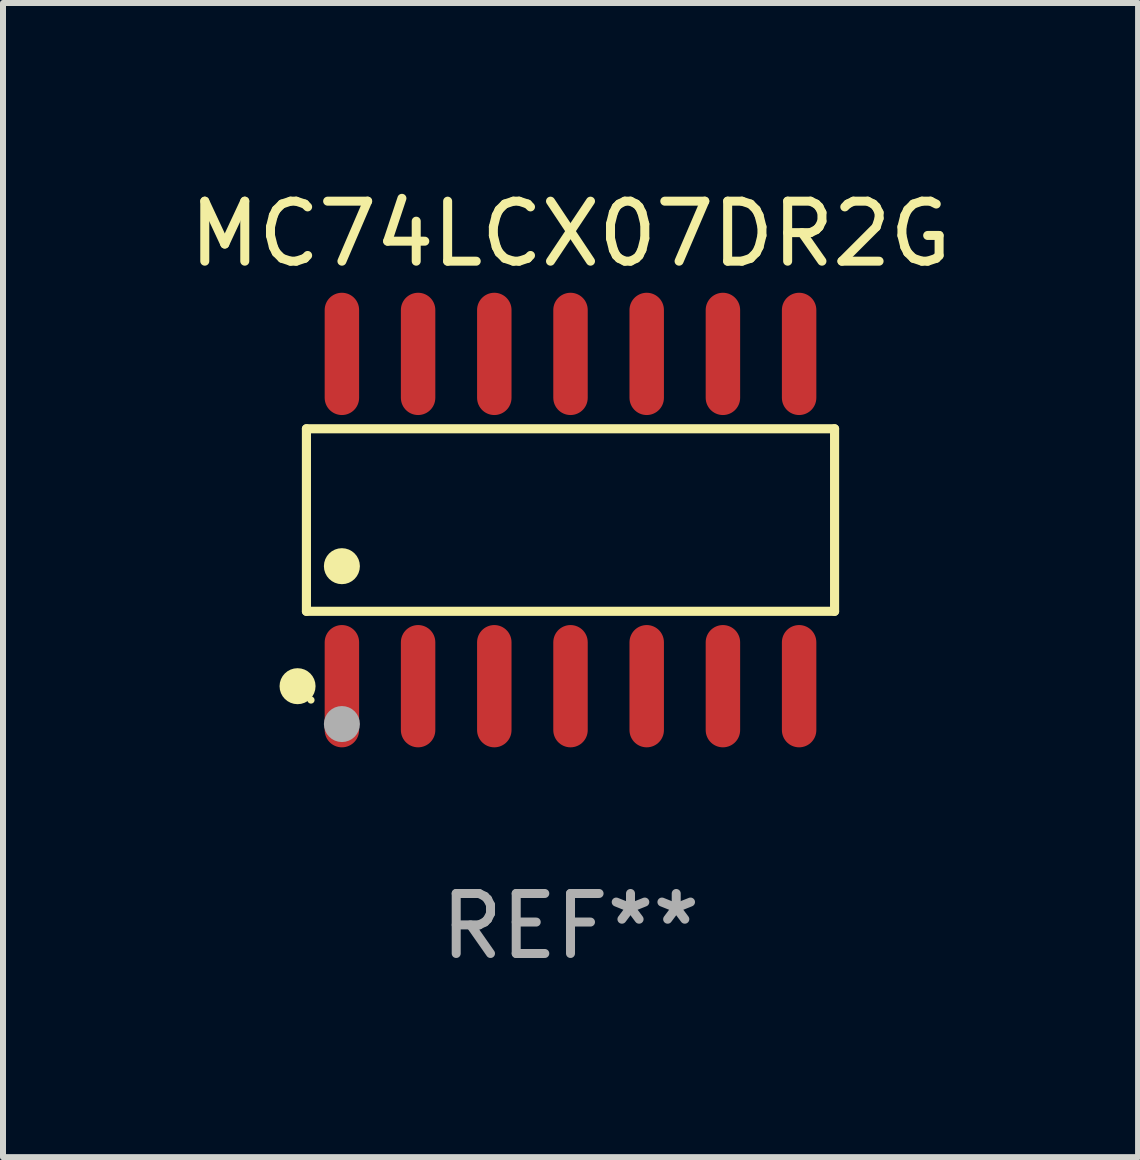
<source format=kicad_pcb>
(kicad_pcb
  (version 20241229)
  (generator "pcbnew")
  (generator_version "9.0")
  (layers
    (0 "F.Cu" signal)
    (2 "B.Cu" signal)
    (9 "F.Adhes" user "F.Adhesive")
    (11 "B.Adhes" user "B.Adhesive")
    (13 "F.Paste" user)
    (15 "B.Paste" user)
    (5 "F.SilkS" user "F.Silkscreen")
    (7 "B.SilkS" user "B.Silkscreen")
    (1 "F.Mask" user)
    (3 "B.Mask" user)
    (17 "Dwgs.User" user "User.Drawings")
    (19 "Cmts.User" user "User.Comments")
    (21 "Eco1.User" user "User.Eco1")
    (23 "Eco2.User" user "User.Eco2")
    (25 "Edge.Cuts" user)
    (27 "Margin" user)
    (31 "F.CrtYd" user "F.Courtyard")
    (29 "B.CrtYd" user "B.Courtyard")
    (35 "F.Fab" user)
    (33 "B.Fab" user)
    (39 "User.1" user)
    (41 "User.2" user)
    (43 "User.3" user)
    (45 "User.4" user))
  (footprint "MC74LCX07DR2G"
    (layer "F.Cu")
    (at 6.458 5.617)
    (property "Reference" "MC74LCX07DR2G" (at 0 -4.769 0) (layer "F.SilkS") (effects (font (size 1 1) (thickness 0.15))))
    (attr through_hole)
    (fp_line (start -4.401 -1.521) (end 4.401 -1.521) (stroke (width 0.152) (type solid)) (layer "F.SilkS"))
    (fp_line (start -4.401 1.521) (end -4.401 -1.521) (stroke (width 0.152) (type solid)) (layer "F.SilkS"))
    (fp_line (start 4.401 -1.521) (end 4.401 1.521) (stroke (width 0.152) (type solid)) (layer "F.SilkS"))
    (fp_line (start 4.401 1.521) (end -4.401 1.521) (stroke (width 0.152) (type solid)) (layer "F.SilkS"))
    (fp_circle (center -4.549 2.769) (end -4.399 2.769) (stroke (width 0.3) (type solid)) (fill no) (layer "F.SilkS"))
    (fp_circle (center -4.325 3) (end -4.295 3) (stroke (width 0.06) (type solid)) (fill no) (layer "F.SilkS"))
    (fp_circle (center -3.81 0.769) (end -3.66 0.769) (stroke (width 0.3) (type solid)) (fill no) (layer "F.SilkS"))
    (fp_circle (center -3.81 3.4) (end -3.66 3.4) (stroke (width 0.3) (type solid)) (fill no) (layer "F.Fab"))
    (fp_text user "REF**" (at 0 6.769 0) (layer "F.Fab") (effects (font (size 1 1) (thickness 0.15))))
    (pad "1" smd oval (at -3.81 2.769) (size 0.574 2.038) (layers "F.Cu" "F.Mask" "F.Paste"))
    (pad "2" smd oval (at -2.54 2.769) (size 0.574 2.038) (layers "F.Cu" "F.Mask" "F.Paste"))
    (pad "3" smd oval (at -1.27 2.769) (size 0.574 2.038) (layers "F.Cu" "F.Mask" "F.Paste"))
    (pad "4" smd oval (at 0 2.769) (size 0.574 2.038) (layers "F.Cu" "F.Mask" "F.Paste"))
    (pad "5" smd oval (at 1.27 2.769) (size 0.574 2.038) (layers "F.Cu" "F.Mask" "F.Paste"))
    (pad "6" smd oval (at 2.54 2.769) (size 0.574 2.038) (layers "F.Cu" "F.Mask" "F.Paste"))
    (pad "7" smd oval (at 3.81 2.769) (size 0.574 2.038) (layers "F.Cu" "F.Mask" "F.Paste"))
    (pad "8" smd oval (at 3.81 -2.769) (size 0.574 2.038) (layers "F.Cu" "F.Mask" "F.Paste"))
    (pad "9" smd oval (at 2.54 -2.769) (size 0.574 2.038) (layers "F.Cu" "F.Mask" "F.Paste"))
    (pad "10" smd oval (at 1.27 -2.769) (size 0.574 2.038) (layers "F.Cu" "F.Mask" "F.Paste"))
    (pad "11" smd oval (at 0 -2.769) (size 0.574 2.038) (layers "F.Cu" "F.Mask" "F.Paste"))
    (pad "12" smd oval (at -1.27 -2.769) (size 0.574 2.038) (layers "F.Cu" "F.Mask" "F.Paste"))
    (pad "13" smd oval (at -2.54 -2.769) (size 0.574 2.038) (layers "F.Cu" "F.Mask" "F.Paste"))
    (pad "14" smd oval (at -3.81 -2.769) (size 0.574 2.038) (layers "F.Cu" "F.Mask" "F.Paste")))
  (gr_rect
    (start -3 -3)
    (end 15.917 16.235)
    (stroke (width 0.1) (type default))
    (fill no)
    (layer "Edge.Cuts")))
</source>
